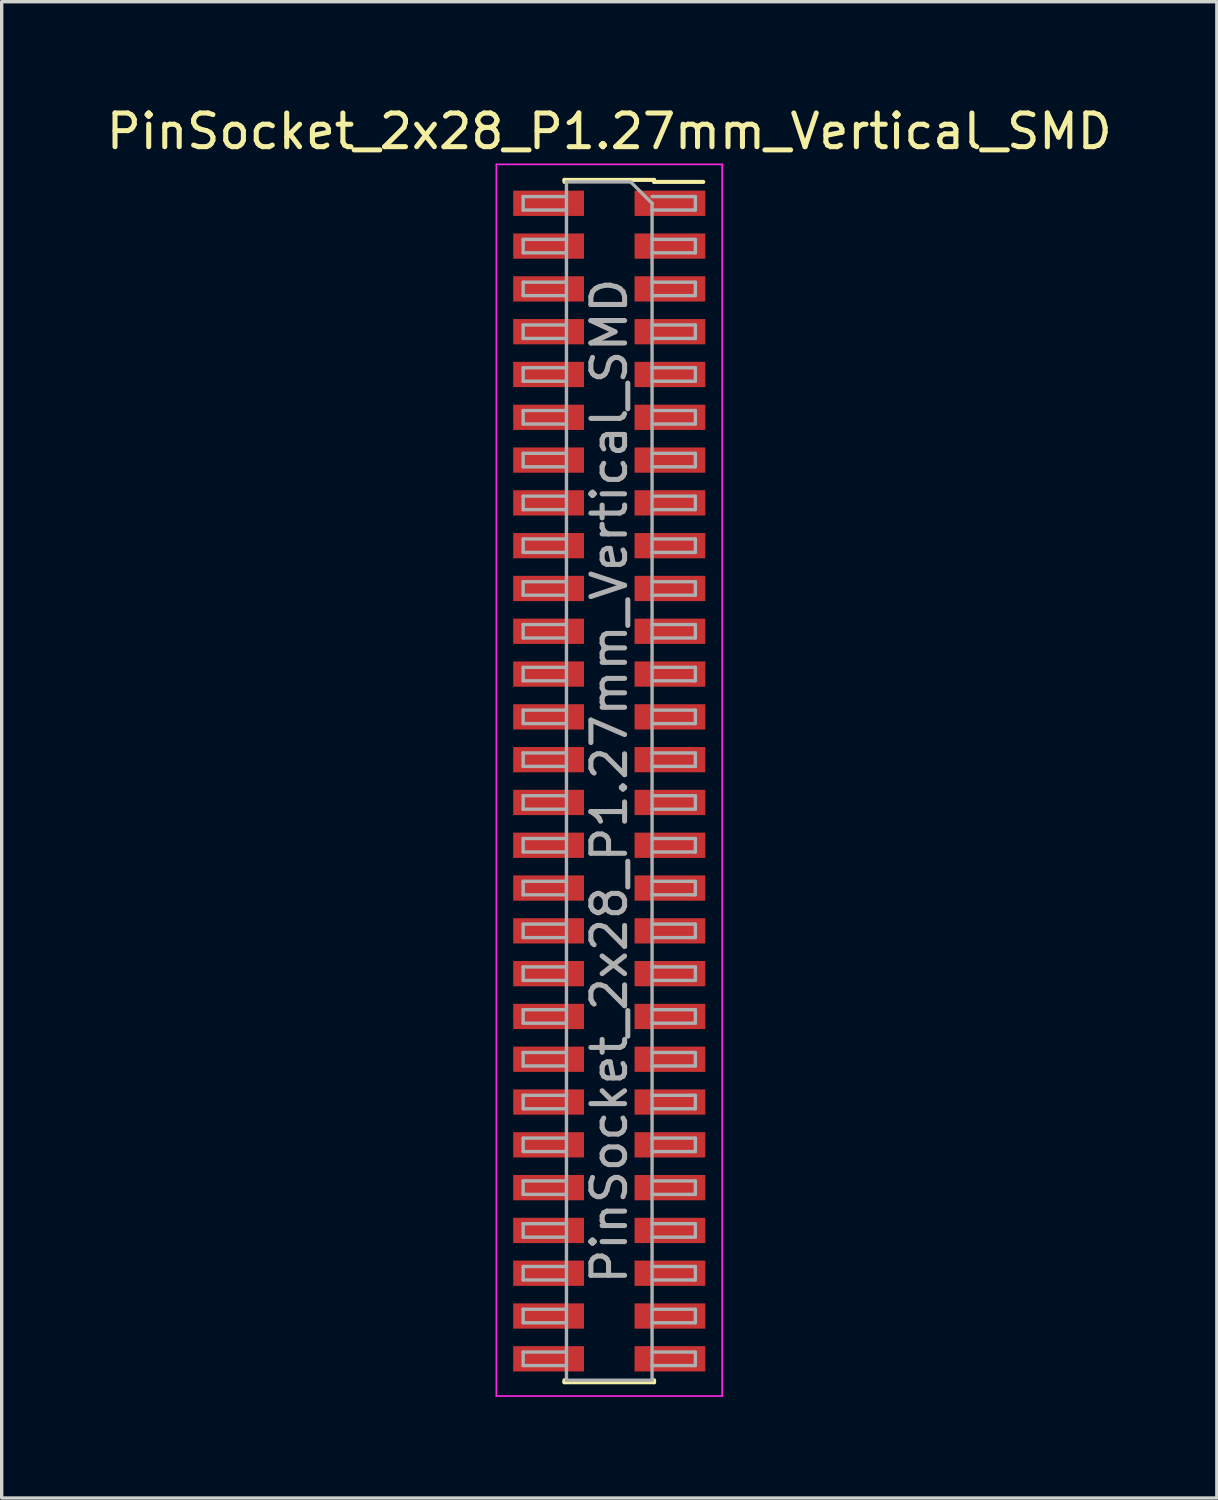
<source format=kicad_pcb>
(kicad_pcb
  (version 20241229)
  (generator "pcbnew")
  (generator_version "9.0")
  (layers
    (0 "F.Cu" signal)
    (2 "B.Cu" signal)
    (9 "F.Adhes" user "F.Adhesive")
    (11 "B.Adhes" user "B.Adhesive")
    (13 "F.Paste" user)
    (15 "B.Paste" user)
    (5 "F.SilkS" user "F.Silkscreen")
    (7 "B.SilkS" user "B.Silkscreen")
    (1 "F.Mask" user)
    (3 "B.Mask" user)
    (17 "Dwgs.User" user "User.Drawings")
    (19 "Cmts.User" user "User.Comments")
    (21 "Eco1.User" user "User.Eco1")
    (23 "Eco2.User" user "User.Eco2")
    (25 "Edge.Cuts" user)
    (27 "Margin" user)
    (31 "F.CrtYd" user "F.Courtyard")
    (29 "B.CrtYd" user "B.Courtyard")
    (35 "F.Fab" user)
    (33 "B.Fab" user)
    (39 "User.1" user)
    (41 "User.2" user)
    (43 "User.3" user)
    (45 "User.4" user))
  (footprint "PinSocket_2x28_P1.27mm_Vertical_SMD"
    (layer "F.Cu")
    (at 15.03 20.128)
    (property "Reference" "PinSocket_2x28_P1.27mm_Vertical_SMD" (at 0 -19.28 0) (layer "F.SilkS") (effects (font (size 1 1) (thickness 0.15))))
    (attr smd)
    (fp_line (start -1.33 -17.84) (end -1.33 -17.78) (stroke (width 0.12) (type solid)) (layer "F.SilkS"))
    (fp_line (start -1.33 -17.84) (end 1.33 -17.84) (stroke (width 0.12) (type solid)) (layer "F.SilkS"))
    (fp_line (start -1.33 17.78) (end -1.33 17.84) (stroke (width 0.12) (type solid)) (layer "F.SilkS"))
    (fp_line (start -1.33 17.84) (end 1.33 17.84) (stroke (width 0.12) (type solid)) (layer "F.SilkS"))
    (fp_line (start 1.33 -17.84) (end 1.33 -17.78) (stroke (width 0.12) (type solid)) (layer "F.SilkS"))
    (fp_line (start 1.33 -17.78) (end 2.79 -17.78) (stroke (width 0.12) (type solid)) (layer "F.SilkS"))
    (fp_line (start 1.33 17.78) (end 1.33 17.84) (stroke (width 0.12) (type solid)) (layer "F.SilkS"))
    (fp_line (start -3.35 -18.3) (end 3.35 -18.3) (stroke (width 0.05) (type solid)) (layer "F.CrtYd"))
    (fp_line (start -3.35 18.25) (end -3.35 -18.3) (stroke (width 0.05) (type solid)) (layer "F.CrtYd"))
    (fp_line (start 3.35 -18.3) (end 3.35 18.25) (stroke (width 0.05) (type solid)) (layer "F.CrtYd"))
    (fp_line (start 3.35 18.25) (end -3.35 18.25) (stroke (width 0.05) (type solid)) (layer "F.CrtYd"))
    (fp_line (start -2.555 -17.345) (end -1.27 -17.345) (stroke (width 0.1) (type solid)) (layer "F.Fab"))
    (fp_line (start -2.555 -16.945) (end -2.555 -17.345) (stroke (width 0.1) (type solid)) (layer "F.Fab"))
    (fp_line (start -2.555 -16.075) (end -1.27 -16.075) (stroke (width 0.1) (type solid)) (layer "F.Fab"))
    (fp_line (start -2.555 -15.675) (end -2.555 -16.075) (stroke (width 0.1) (type solid)) (layer "F.Fab"))
    (fp_line (start -2.555 -14.805) (end -1.27 -14.805) (stroke (width 0.1) (type solid)) (layer "F.Fab"))
    (fp_line (start -2.555 -14.405) (end -2.555 -14.805) (stroke (width 0.1) (type solid)) (layer "F.Fab"))
    (fp_line (start -2.555 -13.535) (end -1.27 -13.535) (stroke (width 0.1) (type solid)) (layer "F.Fab"))
    (fp_line (start -2.555 -13.135) (end -2.555 -13.535) (stroke (width 0.1) (type solid)) (layer "F.Fab"))
    (fp_line (start -2.555 -12.265) (end -1.27 -12.265) (stroke (width 0.1) (type solid)) (layer "F.Fab"))
    (fp_line (start -2.555 -11.865) (end -2.555 -12.265) (stroke (width 0.1) (type solid)) (layer "F.Fab"))
    (fp_line (start -2.555 -10.995) (end -1.27 -10.995) (stroke (width 0.1) (type solid)) (layer "F.Fab"))
    (fp_line (start -2.555 -10.595) (end -2.555 -10.995) (stroke (width 0.1) (type solid)) (layer "F.Fab"))
    (fp_line (start -2.555 -9.725) (end -1.27 -9.725) (stroke (width 0.1) (type solid)) (layer "F.Fab"))
    (fp_line (start -2.555 -9.325) (end -2.555 -9.725) (stroke (width 0.1) (type solid)) (layer "F.Fab"))
    (fp_line (start -2.555 -8.455) (end -1.27 -8.455) (stroke (width 0.1) (type solid)) (layer "F.Fab"))
    (fp_line (start -2.555 -8.055) (end -2.555 -8.455) (stroke (width 0.1) (type solid)) (layer "F.Fab"))
    (fp_line (start -2.555 -7.185) (end -1.27 -7.185) (stroke (width 0.1) (type solid)) (layer "F.Fab"))
    (fp_line (start -2.555 -6.785) (end -2.555 -7.185) (stroke (width 0.1) (type solid)) (layer "F.Fab"))
    (fp_line (start -2.555 -5.915) (end -1.27 -5.915) (stroke (width 0.1) (type solid)) (layer "F.Fab"))
    (fp_line (start -2.555 -5.515) (end -2.555 -5.915) (stroke (width 0.1) (type solid)) (layer "F.Fab"))
    (fp_line (start -2.555 -4.645) (end -1.27 -4.645) (stroke (width 0.1) (type solid)) (layer "F.Fab"))
    (fp_line (start -2.555 -4.245) (end -2.555 -4.645) (stroke (width 0.1) (type solid)) (layer "F.Fab"))
    (fp_line (start -2.555 -3.375) (end -1.27 -3.375) (stroke (width 0.1) (type solid)) (layer "F.Fab"))
    (fp_line (start -2.555 -2.975) (end -2.555 -3.375) (stroke (width 0.1) (type solid)) (layer "F.Fab"))
    (fp_line (start -2.555 -2.105) (end -1.27 -2.105) (stroke (width 0.1) (type solid)) (layer "F.Fab"))
    (fp_line (start -2.555 -1.705) (end -2.555 -2.105) (stroke (width 0.1) (type solid)) (layer "F.Fab"))
    (fp_line (start -2.555 -0.835) (end -1.27 -0.835) (stroke (width 0.1) (type solid)) (layer "F.Fab"))
    (fp_line (start -2.555 -0.435) (end -2.555 -0.835) (stroke (width 0.1) (type solid)) (layer "F.Fab"))
    (fp_line (start -2.555 0.435) (end -1.27 0.435) (stroke (width 0.1) (type solid)) (layer "F.Fab"))
    (fp_line (start -2.555 0.835) (end -2.555 0.435) (stroke (width 0.1) (type solid)) (layer "F.Fab"))
    (fp_line (start -2.555 1.705) (end -1.27 1.705) (stroke (width 0.1) (type solid)) (layer "F.Fab"))
    (fp_line (start -2.555 2.105) (end -2.555 1.705) (stroke (width 0.1) (type solid)) (layer "F.Fab"))
    (fp_line (start -2.555 2.975) (end -1.27 2.975) (stroke (width 0.1) (type solid)) (layer "F.Fab"))
    (fp_line (start -2.555 3.375) (end -2.555 2.975) (stroke (width 0.1) (type solid)) (layer "F.Fab"))
    (fp_line (start -2.555 4.245) (end -1.27 4.245) (stroke (width 0.1) (type solid)) (layer "F.Fab"))
    (fp_line (start -2.555 4.645) (end -2.555 4.245) (stroke (width 0.1) (type solid)) (layer "F.Fab"))
    (fp_line (start -2.555 5.515) (end -1.27 5.515) (stroke (width 0.1) (type solid)) (layer "F.Fab"))
    (fp_line (start -2.555 5.915) (end -2.555 5.515) (stroke (width 0.1) (type solid)) (layer "F.Fab"))
    (fp_line (start -2.555 6.785) (end -1.27 6.785) (stroke (width 0.1) (type solid)) (layer "F.Fab"))
    (fp_line (start -2.555 7.185) (end -2.555 6.785) (stroke (width 0.1) (type solid)) (layer "F.Fab"))
    (fp_line (start -2.555 8.055) (end -1.27 8.055) (stroke (width 0.1) (type solid)) (layer "F.Fab"))
    (fp_line (start -2.555 8.455) (end -2.555 8.055) (stroke (width 0.1) (type solid)) (layer "F.Fab"))
    (fp_line (start -2.555 9.325) (end -1.27 9.325) (stroke (width 0.1) (type solid)) (layer "F.Fab"))
    (fp_line (start -2.555 9.725) (end -2.555 9.325) (stroke (width 0.1) (type solid)) (layer "F.Fab"))
    (fp_line (start -2.555 10.595) (end -1.27 10.595) (stroke (width 0.1) (type solid)) (layer "F.Fab"))
    (fp_line (start -2.555 10.995) (end -2.555 10.595) (stroke (width 0.1) (type solid)) (layer "F.Fab"))
    (fp_line (start -2.555 11.865) (end -1.27 11.865) (stroke (width 0.1) (type solid)) (layer "F.Fab"))
    (fp_line (start -2.555 12.265) (end -2.555 11.865) (stroke (width 0.1) (type solid)) (layer "F.Fab"))
    (fp_line (start -2.555 13.135) (end -1.27 13.135) (stroke (width 0.1) (type solid)) (layer "F.Fab"))
    (fp_line (start -2.555 13.535) (end -2.555 13.135) (stroke (width 0.1) (type solid)) (layer "F.Fab"))
    (fp_line (start -2.555 14.405) (end -1.27 14.405) (stroke (width 0.1) (type solid)) (layer "F.Fab"))
    (fp_line (start -2.555 14.805) (end -2.555 14.405) (stroke (width 0.1) (type solid)) (layer "F.Fab"))
    (fp_line (start -2.555 15.675) (end -1.27 15.675) (stroke (width 0.1) (type solid)) (layer "F.Fab"))
    (fp_line (start -2.555 16.075) (end -2.555 15.675) (stroke (width 0.1) (type solid)) (layer "F.Fab"))
    (fp_line (start -2.555 16.945) (end -1.27 16.945) (stroke (width 0.1) (type solid)) (layer "F.Fab"))
    (fp_line (start -2.555 17.345) (end -2.555 16.945) (stroke (width 0.1) (type solid)) (layer "F.Fab"))
    (fp_line (start -1.27 -17.78) (end 0.635 -17.78) (stroke (width 0.1) (type solid)) (layer "F.Fab"))
    (fp_line (start -1.27 -16.945) (end -2.555 -16.945) (stroke (width 0.1) (type solid)) (layer "F.Fab"))
    (fp_line (start -1.27 -15.675) (end -2.555 -15.675) (stroke (width 0.1) (type solid)) (layer "F.Fab"))
    (fp_line (start -1.27 -14.405) (end -2.555 -14.405) (stroke (width 0.1) (type solid)) (layer "F.Fab"))
    (fp_line (start -1.27 -13.135) (end -2.555 -13.135) (stroke (width 0.1) (type solid)) (layer "F.Fab"))
    (fp_line (start -1.27 -11.865) (end -2.555 -11.865) (stroke (width 0.1) (type solid)) (layer "F.Fab"))
    (fp_line (start -1.27 -10.595) (end -2.555 -10.595) (stroke (width 0.1) (type solid)) (layer "F.Fab"))
    (fp_line (start -1.27 -9.325) (end -2.555 -9.325) (stroke (width 0.1) (type solid)) (layer "F.Fab"))
    (fp_line (start -1.27 -8.055) (end -2.555 -8.055) (stroke (width 0.1) (type solid)) (layer "F.Fab"))
    (fp_line (start -1.27 -6.785) (end -2.555 -6.785) (stroke (width 0.1) (type solid)) (layer "F.Fab"))
    (fp_line (start -1.27 -5.515) (end -2.555 -5.515) (stroke (width 0.1) (type solid)) (layer "F.Fab"))
    (fp_line (start -1.27 -4.245) (end -2.555 -4.245) (stroke (width 0.1) (type solid)) (layer "F.Fab"))
    (fp_line (start -1.27 -2.975) (end -2.555 -2.975) (stroke (width 0.1) (type solid)) (layer "F.Fab"))
    (fp_line (start -1.27 -1.705) (end -2.555 -1.705) (stroke (width 0.1) (type solid)) (layer "F.Fab"))
    (fp_line (start -1.27 -0.435) (end -2.555 -0.435) (stroke (width 0.1) (type solid)) (layer "F.Fab"))
    (fp_line (start -1.27 0.835) (end -2.555 0.835) (stroke (width 0.1) (type solid)) (layer "F.Fab"))
    (fp_line (start -1.27 2.105) (end -2.555 2.105) (stroke (width 0.1) (type solid)) (layer "F.Fab"))
    (fp_line (start -1.27 3.375) (end -2.555 3.375) (stroke (width 0.1) (type solid)) (layer "F.Fab"))
    (fp_line (start -1.27 4.645) (end -2.555 4.645) (stroke (width 0.1) (type solid)) (layer "F.Fab"))
    (fp_line (start -1.27 5.915) (end -2.555 5.915) (stroke (width 0.1) (type solid)) (layer "F.Fab"))
    (fp_line (start -1.27 7.185) (end -2.555 7.185) (stroke (width 0.1) (type solid)) (layer "F.Fab"))
    (fp_line (start -1.27 8.455) (end -2.555 8.455) (stroke (width 0.1) (type solid)) (layer "F.Fab"))
    (fp_line (start -1.27 9.725) (end -2.555 9.725) (stroke (width 0.1) (type solid)) (layer "F.Fab"))
    (fp_line (start -1.27 10.995) (end -2.555 10.995) (stroke (width 0.1) (type solid)) (layer "F.Fab"))
    (fp_line (start -1.27 12.265) (end -2.555 12.265) (stroke (width 0.1) (type solid)) (layer "F.Fab"))
    (fp_line (start -1.27 13.535) (end -2.555 13.535) (stroke (width 0.1) (type solid)) (layer "F.Fab"))
    (fp_line (start -1.27 14.805) (end -2.555 14.805) (stroke (width 0.1) (type solid)) (layer "F.Fab"))
    (fp_line (start -1.27 16.075) (end -2.555 16.075) (stroke (width 0.1) (type solid)) (layer "F.Fab"))
    (fp_line (start -1.27 17.345) (end -2.555 17.345) (stroke (width 0.1) (type solid)) (layer "F.Fab"))
    (fp_line (start -1.27 17.78) (end -1.27 -17.78) (stroke (width 0.1) (type solid)) (layer "F.Fab"))
    (fp_line (start 0.635 -17.78) (end 1.27 -17.145) (stroke (width 0.1) (type solid)) (layer "F.Fab"))
    (fp_line (start 1.27 -17.345) (end 2.555 -17.345) (stroke (width 0.1) (type solid)) (layer "F.Fab"))
    (fp_line (start 1.27 -17.145) (end 1.27 17.78) (stroke (width 0.1) (type solid)) (layer "F.Fab"))
    (fp_line (start 1.27 -16.075) (end 2.555 -16.075) (stroke (width 0.1) (type solid)) (layer "F.Fab"))
    (fp_line (start 1.27 -14.805) (end 2.555 -14.805) (stroke (width 0.1) (type solid)) (layer "F.Fab"))
    (fp_line (start 1.27 -13.535) (end 2.555 -13.535) (stroke (width 0.1) (type solid)) (layer "F.Fab"))
    (fp_line (start 1.27 -12.265) (end 2.555 -12.265) (stroke (width 0.1) (type solid)) (layer "F.Fab"))
    (fp_line (start 1.27 -10.995) (end 2.555 -10.995) (stroke (width 0.1) (type solid)) (layer "F.Fab"))
    (fp_line (start 1.27 -9.725) (end 2.555 -9.725) (stroke (width 0.1) (type solid)) (layer "F.Fab"))
    (fp_line (start 1.27 -8.455) (end 2.555 -8.455) (stroke (width 0.1) (type solid)) (layer "F.Fab"))
    (fp_line (start 1.27 -7.185) (end 2.555 -7.185) (stroke (width 0.1) (type solid)) (layer "F.Fab"))
    (fp_line (start 1.27 -5.915) (end 2.555 -5.915) (stroke (width 0.1) (type solid)) (layer "F.Fab"))
    (fp_line (start 1.27 -4.645) (end 2.555 -4.645) (stroke (width 0.1) (type solid)) (layer "F.Fab"))
    (fp_line (start 1.27 -3.375) (end 2.555 -3.375) (stroke (width 0.1) (type solid)) (layer "F.Fab"))
    (fp_line (start 1.27 -2.105) (end 2.555 -2.105) (stroke (width 0.1) (type solid)) (layer "F.Fab"))
    (fp_line (start 1.27 -0.835) (end 2.555 -0.835) (stroke (width 0.1) (type solid)) (layer "F.Fab"))
    (fp_line (start 1.27 0.435) (end 2.555 0.435) (stroke (width 0.1) (type solid)) (layer "F.Fab"))
    (fp_line (start 1.27 1.705) (end 2.555 1.705) (stroke (width 0.1) (type solid)) (layer "F.Fab"))
    (fp_line (start 1.27 2.975) (end 2.555 2.975) (stroke (width 0.1) (type solid)) (layer "F.Fab"))
    (fp_line (start 1.27 4.245) (end 2.555 4.245) (stroke (width 0.1) (type solid)) (layer "F.Fab"))
    (fp_line (start 1.27 5.515) (end 2.555 5.515) (stroke (width 0.1) (type solid)) (layer "F.Fab"))
    (fp_line (start 1.27 6.785) (end 2.555 6.785) (stroke (width 0.1) (type solid)) (layer "F.Fab"))
    (fp_line (start 1.27 8.055) (end 2.555 8.055) (stroke (width 0.1) (type solid)) (layer "F.Fab"))
    (fp_line (start 1.27 9.325) (end 2.555 9.325) (stroke (width 0.1) (type solid)) (layer "F.Fab"))
    (fp_line (start 1.27 10.595) (end 2.555 10.595) (stroke (width 0.1) (type solid)) (layer "F.Fab"))
    (fp_line (start 1.27 11.865) (end 2.555 11.865) (stroke (width 0.1) (type solid)) (layer "F.Fab"))
    (fp_line (start 1.27 13.135) (end 2.555 13.135) (stroke (width 0.1) (type solid)) (layer "F.Fab"))
    (fp_line (start 1.27 14.405) (end 2.555 14.405) (stroke (width 0.1) (type solid)) (layer "F.Fab"))
    (fp_line (start 1.27 15.675) (end 2.555 15.675) (stroke (width 0.1) (type solid)) (layer "F.Fab"))
    (fp_line (start 1.27 16.945) (end 2.555 16.945) (stroke (width 0.1) (type solid)) (layer "F.Fab"))
    (fp_line (start 1.27 17.78) (end -1.27 17.78) (stroke (width 0.1) (type solid)) (layer "F.Fab"))
    (fp_line (start 2.555 -17.345) (end 2.555 -16.945) (stroke (width 0.1) (type solid)) (layer "F.Fab"))
    (fp_line (start 2.555 -16.945) (end 1.27 -16.945) (stroke (width 0.1) (type solid)) (layer "F.Fab"))
    (fp_line (start 2.555 -16.075) (end 2.555 -15.675) (stroke (width 0.1) (type solid)) (layer "F.Fab"))
    (fp_line (start 2.555 -15.675) (end 1.27 -15.675) (stroke (width 0.1) (type solid)) (layer "F.Fab"))
    (fp_line (start 2.555 -14.805) (end 2.555 -14.405) (stroke (width 0.1) (type solid)) (layer "F.Fab"))
    (fp_line (start 2.555 -14.405) (end 1.27 -14.405) (stroke (width 0.1) (type solid)) (layer "F.Fab"))
    (fp_line (start 2.555 -13.535) (end 2.555 -13.135) (stroke (width 0.1) (type solid)) (layer "F.Fab"))
    (fp_line (start 2.555 -13.135) (end 1.27 -13.135) (stroke (width 0.1) (type solid)) (layer "F.Fab"))
    (fp_line (start 2.555 -12.265) (end 2.555 -11.865) (stroke (width 0.1) (type solid)) (layer "F.Fab"))
    (fp_line (start 2.555 -11.865) (end 1.27 -11.865) (stroke (width 0.1) (type solid)) (layer "F.Fab"))
    (fp_line (start 2.555 -10.995) (end 2.555 -10.595) (stroke (width 0.1) (type solid)) (layer "F.Fab"))
    (fp_line (start 2.555 -10.595) (end 1.27 -10.595) (stroke (width 0.1) (type solid)) (layer "F.Fab"))
    (fp_line (start 2.555 -9.725) (end 2.555 -9.325) (stroke (width 0.1) (type solid)) (layer "F.Fab"))
    (fp_line (start 2.555 -9.325) (end 1.27 -9.325) (stroke (width 0.1) (type solid)) (layer "F.Fab"))
    (fp_line (start 2.555 -8.455) (end 2.555 -8.055) (stroke (width 0.1) (type solid)) (layer "F.Fab"))
    (fp_line (start 2.555 -8.055) (end 1.27 -8.055) (stroke (width 0.1) (type solid)) (layer "F.Fab"))
    (fp_line (start 2.555 -7.185) (end 2.555 -6.785) (stroke (width 0.1) (type solid)) (layer "F.Fab"))
    (fp_line (start 2.555 -6.785) (end 1.27 -6.785) (stroke (width 0.1) (type solid)) (layer "F.Fab"))
    (fp_line (start 2.555 -5.915) (end 2.555 -5.515) (stroke (width 0.1) (type solid)) (layer "F.Fab"))
    (fp_line (start 2.555 -5.515) (end 1.27 -5.515) (stroke (width 0.1) (type solid)) (layer "F.Fab"))
    (fp_line (start 2.555 -4.645) (end 2.555 -4.245) (stroke (width 0.1) (type solid)) (layer "F.Fab"))
    (fp_line (start 2.555 -4.245) (end 1.27 -4.245) (stroke (width 0.1) (type solid)) (layer "F.Fab"))
    (fp_line (start 2.555 -3.375) (end 2.555 -2.975) (stroke (width 0.1) (type solid)) (layer "F.Fab"))
    (fp_line (start 2.555 -2.975) (end 1.27 -2.975) (stroke (width 0.1) (type solid)) (layer "F.Fab"))
    (fp_line (start 2.555 -2.105) (end 2.555 -1.705) (stroke (width 0.1) (type solid)) (layer "F.Fab"))
    (fp_line (start 2.555 -1.705) (end 1.27 -1.705) (stroke (width 0.1) (type solid)) (layer "F.Fab"))
    (fp_line (start 2.555 -0.835) (end 2.555 -0.435) (stroke (width 0.1) (type solid)) (layer "F.Fab"))
    (fp_line (start 2.555 -0.435) (end 1.27 -0.435) (stroke (width 0.1) (type solid)) (layer "F.Fab"))
    (fp_line (start 2.555 0.435) (end 2.555 0.835) (stroke (width 0.1) (type solid)) (layer "F.Fab"))
    (fp_line (start 2.555 0.835) (end 1.27 0.835) (stroke (width 0.1) (type solid)) (layer "F.Fab"))
    (fp_line (start 2.555 1.705) (end 2.555 2.105) (stroke (width 0.1) (type solid)) (layer "F.Fab"))
    (fp_line (start 2.555 2.105) (end 1.27 2.105) (stroke (width 0.1) (type solid)) (layer "F.Fab"))
    (fp_line (start 2.555 2.975) (end 2.555 3.375) (stroke (width 0.1) (type solid)) (layer "F.Fab"))
    (fp_line (start 2.555 3.375) (end 1.27 3.375) (stroke (width 0.1) (type solid)) (layer "F.Fab"))
    (fp_line (start 2.555 4.245) (end 2.555 4.645) (stroke (width 0.1) (type solid)) (layer "F.Fab"))
    (fp_line (start 2.555 4.645) (end 1.27 4.645) (stroke (width 0.1) (type solid)) (layer "F.Fab"))
    (fp_line (start 2.555 5.515) (end 2.555 5.915) (stroke (width 0.1) (type solid)) (layer "F.Fab"))
    (fp_line (start 2.555 5.915) (end 1.27 5.915) (stroke (width 0.1) (type solid)) (layer "F.Fab"))
    (fp_line (start 2.555 6.785) (end 2.555 7.185) (stroke (width 0.1) (type solid)) (layer "F.Fab"))
    (fp_line (start 2.555 7.185) (end 1.27 7.185) (stroke (width 0.1) (type solid)) (layer "F.Fab"))
    (fp_line (start 2.555 8.055) (end 2.555 8.455) (stroke (width 0.1) (type solid)) (layer "F.Fab"))
    (fp_line (start 2.555 8.455) (end 1.27 8.455) (stroke (width 0.1) (type solid)) (layer "F.Fab"))
    (fp_line (start 2.555 9.325) (end 2.555 9.725) (stroke (width 0.1) (type solid)) (layer "F.Fab"))
    (fp_line (start 2.555 9.725) (end 1.27 9.725) (stroke (width 0.1) (type solid)) (layer "F.Fab"))
    (fp_line (start 2.555 10.595) (end 2.555 10.995) (stroke (width 0.1) (type solid)) (layer "F.Fab"))
    (fp_line (start 2.555 10.995) (end 1.27 10.995) (stroke (width 0.1) (type solid)) (layer "F.Fab"))
    (fp_line (start 2.555 11.865) (end 2.555 12.265) (stroke (width 0.1) (type solid)) (layer "F.Fab"))
    (fp_line (start 2.555 12.265) (end 1.27 12.265) (stroke (width 0.1) (type solid)) (layer "F.Fab"))
    (fp_line (start 2.555 13.135) (end 2.555 13.535) (stroke (width 0.1) (type solid)) (layer "F.Fab"))
    (fp_line (start 2.555 13.535) (end 1.27 13.535) (stroke (width 0.1) (type solid)) (layer "F.Fab"))
    (fp_line (start 2.555 14.405) (end 2.555 14.805) (stroke (width 0.1) (type solid)) (layer "F.Fab"))
    (fp_line (start 2.555 14.805) (end 1.27 14.805) (stroke (width 0.1) (type solid)) (layer "F.Fab"))
    (fp_line (start 2.555 15.675) (end 2.555 16.075) (stroke (width 0.1) (type solid)) (layer "F.Fab"))
    (fp_line (start 2.555 16.075) (end 1.27 16.075) (stroke (width 0.1) (type solid)) (layer "F.Fab"))
    (fp_line (start 2.555 16.945) (end 2.555 17.345) (stroke (width 0.1) (type solid)) (layer "F.Fab"))
    (fp_line (start 2.555 17.345) (end 1.27 17.345) (stroke (width 0.1) (type solid)) (layer "F.Fab"))
    (fp_text user "${REFERENCE}" (at 0 0 90) (layer "F.Fab") (effects (font (size 1 1) (thickness 0.15))))
    (pad "1" smd rect (at 1.8 -17.145) (size 2.1 0.75) (layers "F.Cu" "F.Mask" "F.Paste"))
    (pad "2" smd rect (at -1.8 -17.145) (size 2.1 0.75) (layers "F.Cu" "F.Mask" "F.Paste"))
    (pad "3" smd rect (at 1.8 -15.875) (size 2.1 0.75) (layers "F.Cu" "F.Mask" "F.Paste"))
    (pad "4" smd rect (at -1.8 -15.875) (size 2.1 0.75) (layers "F.Cu" "F.Mask" "F.Paste"))
    (pad "5" smd rect (at 1.8 -14.605) (size 2.1 0.75) (layers "F.Cu" "F.Mask" "F.Paste"))
    (pad "6" smd rect (at -1.8 -14.605) (size 2.1 0.75) (layers "F.Cu" "F.Mask" "F.Paste"))
    (pad "7" smd rect (at 1.8 -13.335) (size 2.1 0.75) (layers "F.Cu" "F.Mask" "F.Paste"))
    (pad "8" smd rect (at -1.8 -13.335) (size 2.1 0.75) (layers "F.Cu" "F.Mask" "F.Paste"))
    (pad "9" smd rect (at 1.8 -12.065) (size 2.1 0.75) (layers "F.Cu" "F.Mask" "F.Paste"))
    (pad "10" smd rect (at -1.8 -12.065) (size 2.1 0.75) (layers "F.Cu" "F.Mask" "F.Paste"))
    (pad "11" smd rect (at 1.8 -10.795) (size 2.1 0.75) (layers "F.Cu" "F.Mask" "F.Paste"))
    (pad "12" smd rect (at -1.8 -10.795) (size 2.1 0.75) (layers "F.Cu" "F.Mask" "F.Paste"))
    (pad "13" smd rect (at 1.8 -9.525) (size 2.1 0.75) (layers "F.Cu" "F.Mask" "F.Paste"))
    (pad "14" smd rect (at -1.8 -9.525) (size 2.1 0.75) (layers "F.Cu" "F.Mask" "F.Paste"))
    (pad "15" smd rect (at 1.8 -8.255) (size 2.1 0.75) (layers "F.Cu" "F.Mask" "F.Paste"))
    (pad "16" smd rect (at -1.8 -8.255) (size 2.1 0.75) (layers "F.Cu" "F.Mask" "F.Paste"))
    (pad "17" smd rect (at 1.8 -6.985) (size 2.1 0.75) (layers "F.Cu" "F.Mask" "F.Paste"))
    (pad "18" smd rect (at -1.8 -6.985) (size 2.1 0.75) (layers "F.Cu" "F.Mask" "F.Paste"))
    (pad "19" smd rect (at 1.8 -5.715) (size 2.1 0.75) (layers "F.Cu" "F.Mask" "F.Paste"))
    (pad "20" smd rect (at -1.8 -5.715) (size 2.1 0.75) (layers "F.Cu" "F.Mask" "F.Paste"))
    (pad "21" smd rect (at 1.8 -4.445) (size 2.1 0.75) (layers "F.Cu" "F.Mask" "F.Paste"))
    (pad "22" smd rect (at -1.8 -4.445) (size 2.1 0.75) (layers "F.Cu" "F.Mask" "F.Paste"))
    (pad "23" smd rect (at 1.8 -3.175) (size 2.1 0.75) (layers "F.Cu" "F.Mask" "F.Paste"))
    (pad "24" smd rect (at -1.8 -3.175) (size 2.1 0.75) (layers "F.Cu" "F.Mask" "F.Paste"))
    (pad "25" smd rect (at 1.8 -1.905) (size 2.1 0.75) (layers "F.Cu" "F.Mask" "F.Paste"))
    (pad "26" smd rect (at -1.8 -1.905) (size 2.1 0.75) (layers "F.Cu" "F.Mask" "F.Paste"))
    (pad "27" smd rect (at 1.8 -0.635) (size 2.1 0.75) (layers "F.Cu" "F.Mask" "F.Paste"))
    (pad "28" smd rect (at -1.8 -0.635) (size 2.1 0.75) (layers "F.Cu" "F.Mask" "F.Paste"))
    (pad "29" smd rect (at 1.8 0.635) (size 2.1 0.75) (layers "F.Cu" "F.Mask" "F.Paste"))
    (pad "30" smd rect (at -1.8 0.635) (size 2.1 0.75) (layers "F.Cu" "F.Mask" "F.Paste"))
    (pad "31" smd rect (at 1.8 1.905) (size 2.1 0.75) (layers "F.Cu" "F.Mask" "F.Paste"))
    (pad "32" smd rect (at -1.8 1.905) (size 2.1 0.75) (layers "F.Cu" "F.Mask" "F.Paste"))
    (pad "33" smd rect (at 1.8 3.175) (size 2.1 0.75) (layers "F.Cu" "F.Mask" "F.Paste"))
    (pad "34" smd rect (at -1.8 3.175) (size 2.1 0.75) (layers "F.Cu" "F.Mask" "F.Paste"))
    (pad "35" smd rect (at 1.8 4.445) (size 2.1 0.75) (layers "F.Cu" "F.Mask" "F.Paste"))
    (pad "36" smd rect (at -1.8 4.445) (size 2.1 0.75) (layers "F.Cu" "F.Mask" "F.Paste"))
    (pad "37" smd rect (at 1.8 5.715) (size 2.1 0.75) (layers "F.Cu" "F.Mask" "F.Paste"))
    (pad "38" smd rect (at -1.8 5.715) (size 2.1 0.75) (layers "F.Cu" "F.Mask" "F.Paste"))
    (pad "39" smd rect (at 1.8 6.985) (size 2.1 0.75) (layers "F.Cu" "F.Mask" "F.Paste"))
    (pad "40" smd rect (at -1.8 6.985) (size 2.1 0.75) (layers "F.Cu" "F.Mask" "F.Paste"))
    (pad "41" smd rect (at 1.8 8.255) (size 2.1 0.75) (layers "F.Cu" "F.Mask" "F.Paste"))
    (pad "42" smd rect (at -1.8 8.255) (size 2.1 0.75) (layers "F.Cu" "F.Mask" "F.Paste"))
    (pad "43" smd rect (at 1.8 9.525) (size 2.1 0.75) (layers "F.Cu" "F.Mask" "F.Paste"))
    (pad "44" smd rect (at -1.8 9.525) (size 2.1 0.75) (layers "F.Cu" "F.Mask" "F.Paste"))
    (pad "45" smd rect (at 1.8 10.795) (size 2.1 0.75) (layers "F.Cu" "F.Mask" "F.Paste"))
    (pad "46" smd rect (at -1.8 10.795) (size 2.1 0.75) (layers "F.Cu" "F.Mask" "F.Paste"))
    (pad "47" smd rect (at 1.8 12.065) (size 2.1 0.75) (layers "F.Cu" "F.Mask" "F.Paste"))
    (pad "48" smd rect (at -1.8 12.065) (size 2.1 0.75) (layers "F.Cu" "F.Mask" "F.Paste"))
    (pad "49" smd rect (at 1.8 13.335) (size 2.1 0.75) (layers "F.Cu" "F.Mask" "F.Paste"))
    (pad "50" smd rect (at -1.8 13.335) (size 2.1 0.75) (layers "F.Cu" "F.Mask" "F.Paste"))
    (pad "51" smd rect (at 1.8 14.605) (size 2.1 0.75) (layers "F.Cu" "F.Mask" "F.Paste"))
    (pad "52" smd rect (at -1.8 14.605) (size 2.1 0.75) (layers "F.Cu" "F.Mask" "F.Paste"))
    (pad "53" smd rect (at 1.8 15.875) (size 2.1 0.75) (layers "F.Cu" "F.Mask" "F.Paste"))
    (pad "54" smd rect (at -1.8 15.875) (size 2.1 0.75) (layers "F.Cu" "F.Mask" "F.Paste"))
    (pad "55" smd rect (at 1.8 17.145) (size 2.1 0.75) (layers "F.Cu" "F.Mask" "F.Paste"))
    (pad "56" smd rect (at -1.8 17.145) (size 2.1 0.75) (layers "F.Cu" "F.Mask" "F.Paste")))
  (gr_rect
    (start -3 -3)
    (end 33.06 41.403)
    (stroke (width 0.1) (type default))
    (fill no)
    (layer "Edge.Cuts")))
</source>
